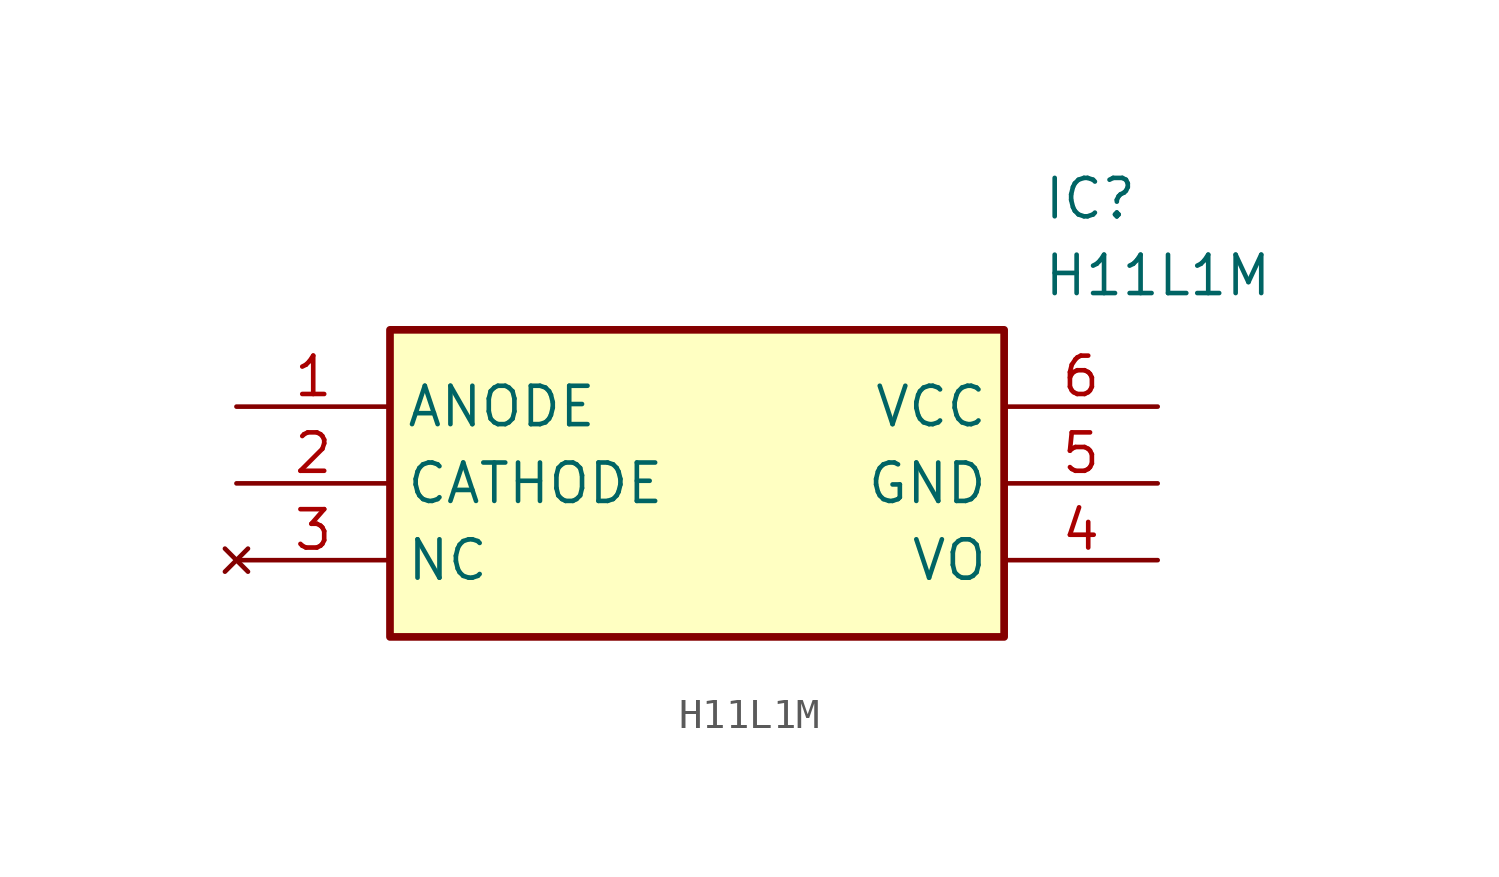
<source format=kicad_sym>
(kicad_symbol_lib
  (version 20211014)
  (generator SamacSys_ECAD_Model)
  (symbol "H11L1M"
    (property "Reference" "IC"
      (at 26.67 7.62 0)
      (effects (font (size 1.27 1.27)) (justify left top)))
    (property "Value" "H11L1M"
      (at 26.67 5.08 0)
      (effects (font (size 1.27 1.27)) (justify left top)))
    (rectangle
      (start 5.08 2.54)
      (end 25.4 -7.62)
      (stroke (width 0.254) (type default))
      (fill (type background)))
    (pin passive line
      (at 0 0 0)
      (length 5.08)
      (name "ANODE" (effects (font (size 1.27 1.27))))
      (number "1" (effects (font (size 1.27 1.27)))))
    (pin passive line
      (at 0 -2.54 0)
      (length 5.08)
      (name "CATHODE" (effects (font (size 1.27 1.27))))
      (number "2" (effects (font (size 1.27 1.27)))))
    (pin no_connect line
      (at 0 -5.08 0)
      (length 5.08)
      (name "NC" (effects (font (size 1.27 1.27))))
      (number "3" (effects (font (size 1.27 1.27)))))
    (pin passive line
      (at 30.48 0 180)
      (length 5.08)
      (name "VCC" (effects (font (size 1.27 1.27))))
      (number "6" (effects (font (size 1.27 1.27)))))
    (pin passive line
      (at 30.48 -2.54 180)
      (length 5.08)
      (name "GND" (effects (font (size 1.27 1.27))))
      (number "5" (effects (font (size 1.27 1.27)))))
    (pin passive line
      (at 30.48 -5.08 180)
      (length 5.08)
      (name "VO" (effects (font (size 1.27 1.27))))
      (number "4" (effects (font (size 1.27 1.27)))))))
</source>
